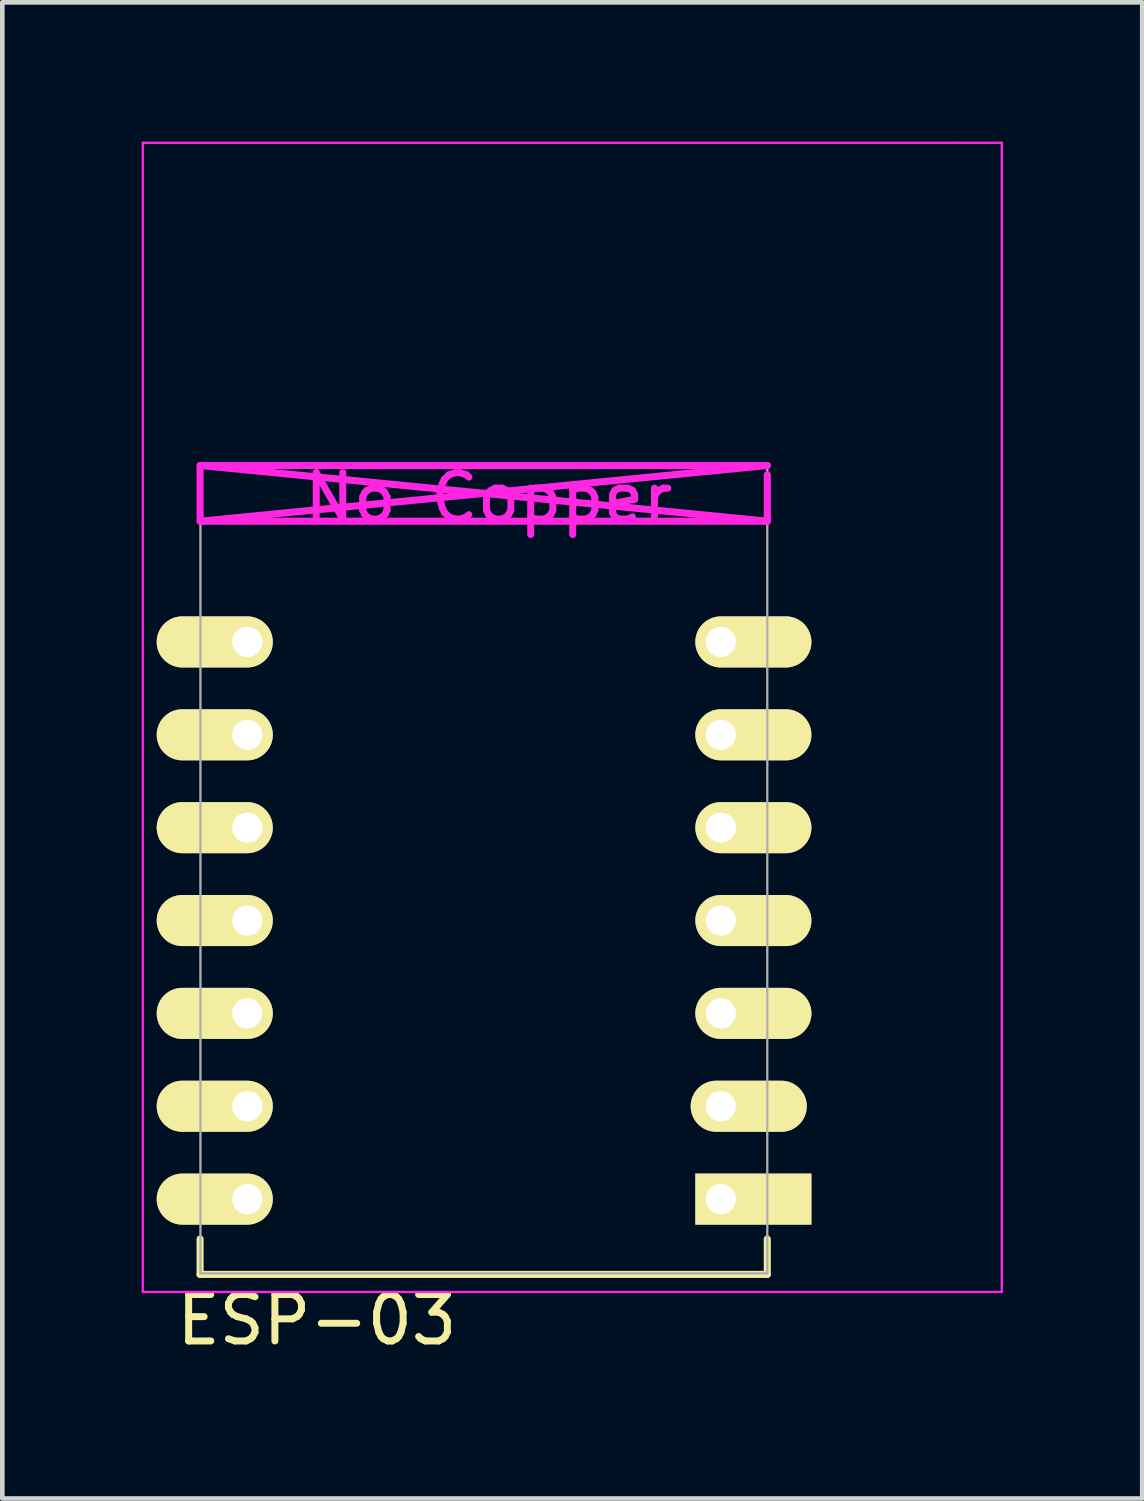
<source format=kicad_pcb>
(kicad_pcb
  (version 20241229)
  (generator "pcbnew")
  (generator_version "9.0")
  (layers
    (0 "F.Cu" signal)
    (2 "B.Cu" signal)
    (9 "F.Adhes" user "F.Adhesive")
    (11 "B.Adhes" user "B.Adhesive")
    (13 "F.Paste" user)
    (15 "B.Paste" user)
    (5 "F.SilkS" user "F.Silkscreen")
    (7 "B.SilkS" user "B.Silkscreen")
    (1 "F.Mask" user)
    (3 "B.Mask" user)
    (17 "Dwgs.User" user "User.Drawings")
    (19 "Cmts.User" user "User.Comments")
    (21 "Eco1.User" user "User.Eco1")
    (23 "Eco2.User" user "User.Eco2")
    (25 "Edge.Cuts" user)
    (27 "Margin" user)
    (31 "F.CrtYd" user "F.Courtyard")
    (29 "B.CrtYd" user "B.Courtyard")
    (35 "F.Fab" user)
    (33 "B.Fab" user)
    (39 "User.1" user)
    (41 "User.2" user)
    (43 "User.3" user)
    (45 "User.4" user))
  (footprint "ESP-03"
    (layer "F.Cu")
    (at 2.275 8.775)
    (property "Reference" "ESP-03" (at 1.5 16.6 0) (layer "F.SilkS") (effects (font (size 1 1) (thickness 0.15))))
    (attr through_hole)
    (fp_line (start -1.016 14.859) (end -1.016 15.621) (stroke (width 0.152) (type solid)) (layer "F.SilkS"))
    (fp_line (start -1.016 15.621) (end 11.2 15.621) (stroke (width 0.152) (type solid)) (layer "F.SilkS"))
    (fp_line (start 11.2 15.621) (end 11.2 14.859) (stroke (width 0.152) (type solid)) (layer "F.SilkS"))
    (fp_line (start -2.25 -8.75) (end 15.25 -8.75) (stroke (width 0.05) (type solid)) (layer "F.CrtYd"))
    (fp_line (start -2.25 -0.5) (end -2.25 -8.75) (stroke (width 0.05) (type solid)) (layer "F.CrtYd"))
    (fp_line (start -2.25 16) (end -2.25 -0.5) (stroke (width 0.05) (type solid)) (layer "F.CrtYd"))
    (fp_line (start -1.016 -1.8) (end -1.016 -0.6) (stroke (width 0.152) (type solid)) (layer "F.CrtYd"))
    (fp_line (start -1.016 -1.8) (end 11.2 -1.8) (stroke (width 0.152) (type solid)) (layer "F.CrtYd"))
    (fp_line (start -1.008 -1.8) (end 11.2 -0.6) (stroke (width 0.152) (type solid)) (layer "F.CrtYd"))
    (fp_line (start -1.008 -0.6) (end 11.2 -0.6) (stroke (width 0.152) (type solid)) (layer "F.CrtYd"))
    (fp_line (start 11.2 -1.8) (end -1.008 -0.6) (stroke (width 0.152) (type solid)) (layer "F.CrtYd"))
    (fp_line (start 11.2 -1.6) (end 11.2 -0.6) (stroke (width 0.152) (type solid)) (layer "F.CrtYd"))
    (fp_line (start 15.25 -8.75) (end 16.25 -8.75) (stroke (width 0.05) (type solid)) (layer "F.CrtYd"))
    (fp_line (start 16.25 -8.75) (end 16.25 16) (stroke (width 0.05) (type solid)) (layer "F.CrtYd"))
    (fp_line (start 16.25 16) (end -2.25 16) (stroke (width 0.05) (type solid)) (layer "F.CrtYd"))
    (fp_line (start -1.008 -1.8) (end 11.2 -1.8) (stroke (width 0.05) (type solid)) (layer "F.Fab"))
    (fp_line (start -1.008 15.6) (end -1.008 -1.8) (stroke (width 0.05) (type solid)) (layer "F.Fab"))
    (fp_line (start 11.2 -1.8) (end 11.2 15.6) (stroke (width 0.05) (type solid)) (layer "F.Fab"))
    (fp_line (start 11.2 15.6) (end -1.008 15.6) (stroke (width 0.05) (type solid)) (layer "F.Fab"))
    (fp_text user "No Copper" (at 5.2 -1.1 0) (layer "F.CrtYd") (effects (font (size 1 1) (thickness 0.15))))
    (pad "1" thru_hole rect (at 10.2 14) (size 2.5 1.1) (drill 0.65 (offset 0.7 0)) (layers "*.Cu" "*.Mask" "F.SilkS"))
    (pad "2" thru_hole oval (at 10.2 12) (size 2.5 1.1) (drill 0.65 (offset 0.6 0)) (layers "*.Cu" "*.Mask" "F.SilkS"))
    (pad "3" thru_hole oval (at 10.2 10) (size 2.5 1.1) (drill 0.65 (offset 0.7 0)) (layers "*.Cu" "*.Mask" "F.SilkS"))
    (pad "4" thru_hole oval (at 10.2 8) (size 2.5 1.1) (drill 0.65 (offset 0.7 0)) (layers "*.Cu" "*.Mask" "F.SilkS"))
    (pad "5" thru_hole oval (at 10.2 6) (size 2.5 1.1) (drill 0.65 (offset 0.7 0)) (layers "*.Cu" "*.Mask" "F.SilkS"))
    (pad "6" thru_hole oval (at 10.2 4) (size 2.5 1.1) (drill 0.65 (offset 0.7 0)) (layers "*.Cu" "*.Mask" "F.SilkS"))
    (pad "7" thru_hole oval (at 10.2 2) (size 2.5 1.1) (drill 0.65 (offset 0.7 0)) (layers "*.Cu" "*.Mask" "F.SilkS"))
    (pad "8" thru_hole oval (at 0 2) (size 2.5 1.1) (drill 0.65 (offset -0.7 0)) (layers "*.Cu" "*.Mask" "F.SilkS"))
    (pad "9" thru_hole oval (at 0 4) (size 2.5 1.1) (drill 0.65 (offset -0.7 0)) (layers "*.Cu" "*.Mask" "F.SilkS"))
    (pad "10" thru_hole oval (at 0 6) (size 2.5 1.1) (drill 0.65 (offset -0.7 0)) (layers "*.Cu" "*.Mask" "F.SilkS"))
    (pad "11" thru_hole oval (at 0 8) (size 2.5 1.1) (drill 0.65 (offset -0.7 0)) (layers "*.Cu" "*.Mask" "F.SilkS"))
    (pad "12" thru_hole oval (at 0 10) (size 2.5 1.1) (drill 0.65 (offset -0.7 0)) (layers "*.Cu" "*.Mask" "F.SilkS"))
    (pad "13" thru_hole oval (at 0 12) (size 2.5 1.1) (drill 0.65 (offset -0.7 0)) (layers "*.Cu" "*.Mask" "F.SilkS"))
    (pad "14" thru_hole oval (at 0 14) (size 2.5 1.1) (drill 0.65 (offset -0.7 0)) (layers "*.Cu" "*.Mask" "F.SilkS")))
  (gr_rect
    (start -3 -3)
    (end 21.55 29.223)
    (stroke (width 0.1) (type default))
    (fill no)
    (layer "Edge.Cuts")))
</source>
